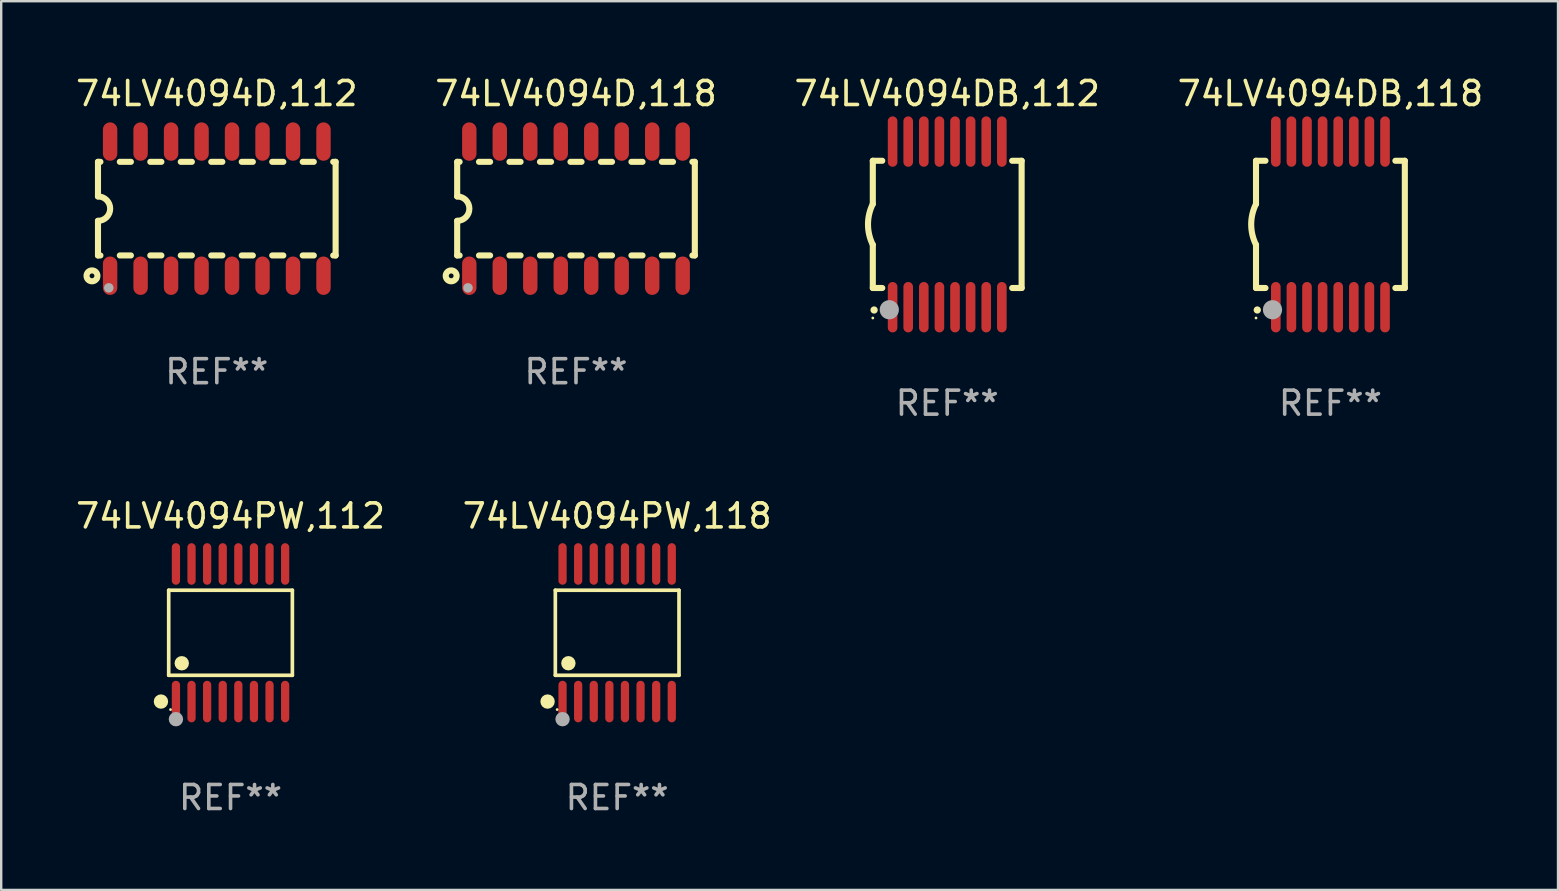
<source format=kicad_pcb>
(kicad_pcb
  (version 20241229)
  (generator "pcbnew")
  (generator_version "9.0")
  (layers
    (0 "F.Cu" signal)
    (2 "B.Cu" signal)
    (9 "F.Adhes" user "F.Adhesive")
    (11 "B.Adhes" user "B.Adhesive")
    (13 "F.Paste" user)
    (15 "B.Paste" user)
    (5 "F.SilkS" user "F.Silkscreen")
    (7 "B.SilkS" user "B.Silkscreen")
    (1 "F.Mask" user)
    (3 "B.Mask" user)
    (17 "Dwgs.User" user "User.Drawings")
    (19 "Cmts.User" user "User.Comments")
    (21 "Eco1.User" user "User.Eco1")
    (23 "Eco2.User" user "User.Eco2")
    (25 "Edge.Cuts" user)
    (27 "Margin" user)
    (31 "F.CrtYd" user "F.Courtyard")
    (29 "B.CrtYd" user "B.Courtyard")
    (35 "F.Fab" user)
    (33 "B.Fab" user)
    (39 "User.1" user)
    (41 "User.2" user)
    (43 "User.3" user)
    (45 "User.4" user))
  (footprint "74LV4094PW,112"
    (layer "F.Cu")
    (at 6.554 23.311)
    (property "Reference" "74LV4094PW,112" (at 0 -4.866 0) (layer "F.SilkS") (effects (font (size 1 1) (thickness 0.15))))
    (attr through_hole)
    (fp_line (start -2.576 -1.772) (end 2.576 -1.772) (stroke (width 0.152) (type solid)) (layer "F.SilkS"))
    (fp_line (start -2.576 1.771) (end -2.576 -1.772) (stroke (width 0.152) (type solid)) (layer "F.SilkS"))
    (fp_line (start 2.576 -1.772) (end 2.576 1.771) (stroke (width 0.152) (type solid)) (layer "F.SilkS"))
    (fp_line (start 2.576 1.771) (end -2.576 1.771) (stroke (width 0.152) (type solid)) (layer "F.SilkS"))
    (fp_circle (center -2.899 2.866) (end -2.749 2.866) (stroke (width 0.3) (type solid)) (fill no) (layer "F.SilkS"))
    (fp_circle (center -2.5 3.2) (end -2.47 3.2) (stroke (width 0.06) (type solid)) (fill no) (layer "F.SilkS"))
    (fp_circle (center -2.032 1.27) (end -1.882 1.27) (stroke (width 0.3) (type solid)) (fill no) (layer "F.SilkS"))
    (fp_circle (center -2.275 3.6) (end -2.125 3.6) (stroke (width 0.3) (type solid)) (fill no) (layer "F.Fab"))
    (fp_text user "REF**" (at 0 6.866 0) (layer "F.Fab") (effects (font (size 1 1) (thickness 0.15))))
    (pad "1" smd oval (at -2.275 2.866) (size 0.343 1.731) (layers "F.Cu" "F.Mask" "F.Paste"))
    (pad "2" smd oval (at -1.625 2.866) (size 0.343 1.731) (layers "F.Cu" "F.Mask" "F.Paste"))
    (pad "3" smd oval (at -0.975 2.866) (size 0.343 1.731) (layers "F.Cu" "F.Mask" "F.Paste"))
    (pad "4" smd oval (at -0.325 2.866) (size 0.343 1.731) (layers "F.Cu" "F.Mask" "F.Paste"))
    (pad "5" smd oval (at 0.325 2.866) (size 0.343 1.731) (layers "F.Cu" "F.Mask" "F.Paste"))
    (pad "6" smd oval (at 0.975 2.866) (size 0.343 1.731) (layers "F.Cu" "F.Mask" "F.Paste"))
    (pad "7" smd oval (at 1.625 2.866) (size 0.343 1.731) (layers "F.Cu" "F.Mask" "F.Paste"))
    (pad "8" smd oval (at 2.275 2.866) (size 0.343 1.731) (layers "F.Cu" "F.Mask" "F.Paste"))
    (pad "9" smd oval (at 2.275 -2.866) (size 0.343 1.731) (layers "F.Cu" "F.Mask" "F.Paste"))
    (pad "10" smd oval (at 1.625 -2.866) (size 0.343 1.731) (layers "F.Cu" "F.Mask" "F.Paste"))
    (pad "11" smd oval (at 0.975 -2.866) (size 0.343 1.731) (layers "F.Cu" "F.Mask" "F.Paste"))
    (pad "12" smd oval (at 0.325 -2.866) (size 0.343 1.731) (layers "F.Cu" "F.Mask" "F.Paste"))
    (pad "13" smd oval (at -0.325 -2.866) (size 0.343 1.731) (layers "F.Cu" "F.Mask" "F.Paste"))
    (pad "14" smd oval (at -0.975 -2.866) (size 0.343 1.731) (layers "F.Cu" "F.Mask" "F.Paste"))
    (pad "15" smd oval (at -1.625 -2.866) (size 0.343 1.731) (layers "F.Cu" "F.Mask" "F.Paste"))
    (pad "16" smd oval (at -2.275 -2.866) (size 0.343 1.731) (layers "F.Cu" "F.Mask" "F.Paste")))
  (footprint "74LV4094D,118"
    (layer "F.Cu")
    (at 20.946 5.642)
    (property "Reference" "74LV4094D,118" (at 0 -4.794 0) (layer "F.SilkS") (effects (font (size 1 1) (thickness 0.15))))
    (attr through_hole)
    (fp_line (start -4.95 -1.95) (end -4.95 -0.508) (stroke (width 0.254) (type solid)) (layer "F.SilkS"))
    (fp_line (start -4.95 -1.95) (end -4.849 -1.95) (stroke (width 0.254) (type solid)) (layer "F.SilkS"))
    (fp_line (start -4.95 1.95) (end -4.95 0.508) (stroke (width 0.254) (type solid)) (layer "F.SilkS"))
    (fp_line (start -4.95 1.95) (end -4.849 1.95) (stroke (width 0.254) (type solid)) (layer "F.SilkS"))
    (fp_line (start -4.041 -1.95) (end -3.579 -1.95) (stroke (width 0.254) (type solid)) (layer "F.SilkS"))
    (fp_line (start -4.041 1.95) (end -3.579 1.95) (stroke (width 0.254) (type solid)) (layer "F.SilkS"))
    (fp_line (start -2.771 -1.95) (end -2.309 -1.95) (stroke (width 0.254) (type solid)) (layer "F.SilkS"))
    (fp_line (start -2.771 1.95) (end -2.309 1.95) (stroke (width 0.254) (type solid)) (layer "F.SilkS"))
    (fp_line (start -1.501 -1.95) (end -1.039 -1.95) (stroke (width 0.254) (type solid)) (layer "F.SilkS"))
    (fp_line (start -1.501 1.95) (end -1.039 1.95) (stroke (width 0.254) (type solid)) (layer "F.SilkS"))
    (fp_line (start -0.231 -1.95) (end 0.231 -1.95) (stroke (width 0.254) (type solid)) (layer "F.SilkS"))
    (fp_line (start -0.231 1.95) (end 0.231 1.95) (stroke (width 0.254) (type solid)) (layer "F.SilkS"))
    (fp_line (start 1.039 -1.95) (end 1.501 -1.95) (stroke (width 0.254) (type solid)) (layer "F.SilkS"))
    (fp_line (start 1.039 1.95) (end 1.501 1.95) (stroke (width 0.254) (type solid)) (layer "F.SilkS"))
    (fp_line (start 2.309 -1.95) (end 2.771 -1.95) (stroke (width 0.254) (type solid)) (layer "F.SilkS"))
    (fp_line (start 2.309 1.95) (end 2.771 1.95) (stroke (width 0.254) (type solid)) (layer "F.SilkS"))
    (fp_line (start 3.579 -1.95) (end 4.041 -1.95) (stroke (width 0.254) (type solid)) (layer "F.SilkS"))
    (fp_line (start 3.579 1.95) (end 4.041 1.95) (stroke (width 0.254) (type solid)) (layer "F.SilkS"))
    (fp_line (start 4.849 -1.95) (end 4.95 -1.95) (stroke (width 0.254) (type solid)) (layer "F.SilkS"))
    (fp_line (start 4.849 1.95) (end 4.95 1.95) (stroke (width 0.254) (type solid)) (layer "F.SilkS"))
    (fp_line (start 4.95 -1.95) (end 4.95 1.95) (stroke (width 0.254) (type solid)) (layer "F.SilkS"))
    (fp_arc (start -4.95047 -0.508001) (mid -4.442469 -0.000228) (end -4.950013 0.508001) (stroke (width 0.254001) (type solid)) (layer "F.SilkS"))
    (fp_circle (center -5.2 2.8) (end -5.1 2.8) (stroke (width 0.254) (type solid)) (fill no) (layer "F.SilkS"))
    (fp_circle (center -4.95 2.947) (end -4.92 2.947) (stroke (width 0.06) (type solid)) (fill no) (layer "F.SilkS"))
    (fp_circle (center -4.5 3.3) (end -4.4 3.3) (stroke (width 0.2) (type solid)) (fill no) (layer "F.Fab"))
    (fp_text user "REF**" (at 0 6.794 0) (layer "F.Fab") (effects (font (size 1 1) (thickness 0.15))))
    (pad "1" smd oval (at -4.445 2.794) (size 0.6 1.6) (layers "F.Cu" "F.Mask" "F.Paste"))
    (pad "2" smd oval (at -3.175 2.794) (size 0.6 1.6) (layers "F.Cu" "F.Mask" "F.Paste"))
    (pad "3" smd oval (at -1.905 2.794) (size 0.6 1.6) (layers "F.Cu" "F.Mask" "F.Paste"))
    (pad "4" smd oval (at -0.635 2.794) (size 0.6 1.6) (layers "F.Cu" "F.Mask" "F.Paste"))
    (pad "5" smd oval (at 0.635 2.794) (size 0.6 1.6) (layers "F.Cu" "F.Mask" "F.Paste"))
    (pad "6" smd oval (at 1.905 2.794) (size 0.6 1.6) (layers "F.Cu" "F.Mask" "F.Paste"))
    (pad "7" smd oval (at 3.175 2.794) (size 0.6 1.6) (layers "F.Cu" "F.Mask" "F.Paste"))
    (pad "8" smd oval (at 4.445 2.794) (size 0.6 1.6) (layers "F.Cu" "F.Mask" "F.Paste"))
    (pad "9" smd oval (at 4.445 -2.794) (size 0.6 1.6) (layers "F.Cu" "F.Mask" "F.Paste"))
    (pad "10" smd oval (at 3.175 -2.794) (size 0.6 1.6) (layers "F.Cu" "F.Mask" "F.Paste"))
    (pad "11" smd oval (at 1.905 -2.794) (size 0.6 1.6) (layers "F.Cu" "F.Mask" "F.Paste"))
    (pad "12" smd oval (at 0.635 -2.794) (size 0.6 1.6) (layers "F.Cu" "F.Mask" "F.Paste"))
    (pad "13" smd oval (at -0.635 -2.794) (size 0.6 1.6) (layers "F.Cu" "F.Mask" "F.Paste"))
    (pad "14" smd oval (at -1.905 -2.794) (size 0.6 1.6) (layers "F.Cu" "F.Mask" "F.Paste"))
    (pad "15" smd oval (at -3.175 -2.794) (size 0.6 1.6) (layers "F.Cu" "F.Mask" "F.Paste"))
    (pad "16" smd oval (at -4.445 -2.794) (size 0.6 1.6) (layers "F.Cu" "F.Mask" "F.Paste")))
  (footprint "74LV4094DB,112"
    (layer "F.Cu")
    (at 36.411 6.298)
    (property "Reference" "74LV4094DB,112" (at 0 -5.45 0) (layer "F.SilkS") (effects (font (size 1 1) (thickness 0.15))))
    (attr through_hole)
    (fp_line (start -3.1 -2.65) (end -3.1 -0.85) (stroke (width 0.254) (type solid)) (layer "F.SilkS"))
    (fp_line (start -3.1 -2.65) (end -2.706 -2.65) (stroke (width 0.254) (type solid)) (layer "F.SilkS"))
    (fp_line (start -3.1 2.65) (end -3.1 0.85) (stroke (width 0.254) (type solid)) (layer "F.SilkS"))
    (fp_line (start -3.1 2.65) (end -2.706 2.65) (stroke (width 0.254) (type solid)) (layer "F.SilkS"))
    (fp_line (start 2.706 -2.65) (end 3.1 -2.65) (stroke (width 0.254) (type solid)) (layer "F.SilkS"))
    (fp_line (start 2.706 2.65) (end 3.1 2.65) (stroke (width 0.254) (type solid)) (layer "F.SilkS"))
    (fp_line (start 3.1 -2.65) (end 3.1 2.65) (stroke (width 0.254) (type solid)) (layer "F.SilkS"))
    (fp_arc (start -3.098907 0.850902) (mid -3.300057 0.000523) (end -3.1 -0.850114) (stroke (width 0.254001) (type solid)) (layer "F.SilkS"))
    (fp_arc (start -3.048006 3.566066) (mid -3.046736 3.566061) (end -3.045466 3.566066) (stroke (width 0.3) (type solid)) (layer "F.SilkS"))
    (fp_circle (center -3.1 3.9) (end -3.07 3.9) (stroke (width 0.06) (type solid)) (fill no) (layer "F.SilkS"))
    (fp_circle (center -2.413 3.556) (end -2.213 3.556) (stroke (width 0.4) (type solid)) (fill no) (layer "F.Fab"))
    (fp_text user "REF**" (at 0 7.45 0) (layer "F.Fab") (effects (font (size 1 1) (thickness 0.15))))
    (pad "1" smd oval (at -2.275 3.45 180) (size 0.4 2.1) (layers "F.Cu" "F.Mask" "F.Paste"))
    (pad "2" smd oval (at -1.625 3.45 180) (size 0.4 2.1) (layers "F.Cu" "F.Mask" "F.Paste"))
    (pad "3" smd oval (at -0.975 3.45 180) (size 0.4 2.1) (layers "F.Cu" "F.Mask" "F.Paste"))
    (pad "4" smd oval (at -0.325 3.45 180) (size 0.4 2.1) (layers "F.Cu" "F.Mask" "F.Paste"))
    (pad "5" smd oval (at 0.325 3.45 180) (size 0.4 2.1) (layers "F.Cu" "F.Mask" "F.Paste"))
    (pad "6" smd oval (at 0.975 3.45 180) (size 0.4 2.1) (layers "F.Cu" "F.Mask" "F.Paste"))
    (pad "7" smd oval (at 1.625 3.45 180) (size 0.4 2.1) (layers "F.Cu" "F.Mask" "F.Paste"))
    (pad "8" smd oval (at 2.275 3.45 180) (size 0.4 2.1) (layers "F.Cu" "F.Mask" "F.Paste"))
    (pad "9" smd oval (at 2.275 -3.45 180) (size 0.4 2.1) (layers "F.Cu" "F.Mask" "F.Paste"))
    (pad "10" smd oval (at 1.625 -3.45 180) (size 0.4 2.1) (layers "F.Cu" "F.Mask" "F.Paste"))
    (pad "11" smd oval (at 0.975 -3.45 180) (size 0.4 2.1) (layers "F.Cu" "F.Mask" "F.Paste"))
    (pad "12" smd oval (at 0.325 -3.45 180) (size 0.4 2.1) (layers "F.Cu" "F.Mask" "F.Paste"))
    (pad "13" smd oval (at -0.325 -3.45 180) (size 0.4 2.1) (layers "F.Cu" "F.Mask" "F.Paste"))
    (pad "14" smd oval (at -0.975 -3.45 180) (size 0.4 2.1) (layers "F.Cu" "F.Mask" "F.Paste"))
    (pad "15" smd oval (at -1.625 -3.45 180) (size 0.4 2.1) (layers "F.Cu" "F.Mask" "F.Paste"))
    (pad "16" smd oval (at -2.275 -3.45 180) (size 0.4 2.1) (layers "F.Cu" "F.Mask" "F.Paste")))
  (footprint "74LV4094DB,118"
    (layer "F.Cu")
    (at 52.375 6.298)
    (property "Reference" "74LV4094DB,118" (at 0 -5.45 0) (layer "F.SilkS") (effects (font (size 1 1) (thickness 0.15))))
    (attr through_hole)
    (fp_line (start -3.1 -2.65) (end -3.1 -0.85) (stroke (width 0.254) (type solid)) (layer "F.SilkS"))
    (fp_line (start -3.1 -2.65) (end -2.706 -2.65) (stroke (width 0.254) (type solid)) (layer "F.SilkS"))
    (fp_line (start -3.1 2.65) (end -3.1 0.85) (stroke (width 0.254) (type solid)) (layer "F.SilkS"))
    (fp_line (start -3.1 2.65) (end -2.706 2.65) (stroke (width 0.254) (type solid)) (layer "F.SilkS"))
    (fp_line (start 2.706 -2.65) (end 3.1 -2.65) (stroke (width 0.254) (type solid)) (layer "F.SilkS"))
    (fp_line (start 2.706 2.65) (end 3.1 2.65) (stroke (width 0.254) (type solid)) (layer "F.SilkS"))
    (fp_line (start 3.1 -2.65) (end 3.1 2.65) (stroke (width 0.254) (type solid)) (layer "F.SilkS"))
    (fp_arc (start -3.098907 0.850902) (mid -3.300057 0.000523) (end -3.1 -0.850114) (stroke (width 0.254001) (type solid)) (layer "F.SilkS"))
    (fp_arc (start -3.048006 3.566066) (mid -3.046736 3.566061) (end -3.045466 3.566066) (stroke (width 0.3) (type solid)) (layer "F.SilkS"))
    (fp_circle (center -3.1 3.9) (end -3.07 3.9) (stroke (width 0.06) (type solid)) (fill no) (layer "F.SilkS"))
    (fp_circle (center -2.413 3.556) (end -2.213 3.556) (stroke (width 0.4) (type solid)) (fill no) (layer "F.Fab"))
    (fp_text user "REF**" (at 0 7.45 0) (layer "F.Fab") (effects (font (size 1 1) (thickness 0.15))))
    (pad "1" smd oval (at -2.275 3.45 180) (size 0.4 2.1) (layers "F.Cu" "F.Mask" "F.Paste"))
    (pad "2" smd oval (at -1.625 3.45 180) (size 0.4 2.1) (layers "F.Cu" "F.Mask" "F.Paste"))
    (pad "3" smd oval (at -0.975 3.45 180) (size 0.4 2.1) (layers "F.Cu" "F.Mask" "F.Paste"))
    (pad "4" smd oval (at -0.325 3.45 180) (size 0.4 2.1) (layers "F.Cu" "F.Mask" "F.Paste"))
    (pad "5" smd oval (at 0.325 3.45 180) (size 0.4 2.1) (layers "F.Cu" "F.Mask" "F.Paste"))
    (pad "6" smd oval (at 0.975 3.45 180) (size 0.4 2.1) (layers "F.Cu" "F.Mask" "F.Paste"))
    (pad "7" smd oval (at 1.625 3.45 180) (size 0.4 2.1) (layers "F.Cu" "F.Mask" "F.Paste"))
    (pad "8" smd oval (at 2.275 3.45 180) (size 0.4 2.1) (layers "F.Cu" "F.Mask" "F.Paste"))
    (pad "9" smd oval (at 2.275 -3.45 180) (size 0.4 2.1) (layers "F.Cu" "F.Mask" "F.Paste"))
    (pad "10" smd oval (at 1.625 -3.45 180) (size 0.4 2.1) (layers "F.Cu" "F.Mask" "F.Paste"))
    (pad "11" smd oval (at 0.975 -3.45 180) (size 0.4 2.1) (layers "F.Cu" "F.Mask" "F.Paste"))
    (pad "12" smd oval (at 0.325 -3.45 180) (size 0.4 2.1) (layers "F.Cu" "F.Mask" "F.Paste"))
    (pad "13" smd oval (at -0.325 -3.45 180) (size 0.4 2.1) (layers "F.Cu" "F.Mask" "F.Paste"))
    (pad "14" smd oval (at -0.975 -3.45 180) (size 0.4 2.1) (layers "F.Cu" "F.Mask" "F.Paste"))
    (pad "15" smd oval (at -1.625 -3.45 180) (size 0.4 2.1) (layers "F.Cu" "F.Mask" "F.Paste"))
    (pad "16" smd oval (at -2.275 -3.45 180) (size 0.4 2.1) (layers "F.Cu" "F.Mask" "F.Paste")))
  (footprint "74LV4094PW,118"
    (layer "F.Cu")
    (at 22.661 23.311)
    (property "Reference" "74LV4094PW,118" (at 0 -4.866 0) (layer "F.SilkS") (effects (font (size 1 1) (thickness 0.15))))
    (attr through_hole)
    (fp_line (start -2.576 -1.772) (end 2.576 -1.772) (stroke (width 0.152) (type solid)) (layer "F.SilkS"))
    (fp_line (start -2.576 1.771) (end -2.576 -1.772) (stroke (width 0.152) (type solid)) (layer "F.SilkS"))
    (fp_line (start 2.576 -1.772) (end 2.576 1.771) (stroke (width 0.152) (type solid)) (layer "F.SilkS"))
    (fp_line (start 2.576 1.771) (end -2.576 1.771) (stroke (width 0.152) (type solid)) (layer "F.SilkS"))
    (fp_circle (center -2.899 2.866) (end -2.749 2.866) (stroke (width 0.3) (type solid)) (fill no) (layer "F.SilkS"))
    (fp_circle (center -2.5 3.2) (end -2.47 3.2) (stroke (width 0.06) (type solid)) (fill no) (layer "F.SilkS"))
    (fp_circle (center -2.032 1.27) (end -1.882 1.27) (stroke (width 0.3) (type solid)) (fill no) (layer "F.SilkS"))
    (fp_circle (center -2.275 3.6) (end -2.125 3.6) (stroke (width 0.3) (type solid)) (fill no) (layer "F.Fab"))
    (fp_text user "REF**" (at 0 6.866 0) (layer "F.Fab") (effects (font (size 1 1) (thickness 0.15))))
    (pad "1" smd oval (at -2.275 2.866) (size 0.343 1.731) (layers "F.Cu" "F.Mask" "F.Paste"))
    (pad "2" smd oval (at -1.625 2.866) (size 0.343 1.731) (layers "F.Cu" "F.Mask" "F.Paste"))
    (pad "3" smd oval (at -0.975 2.866) (size 0.343 1.731) (layers "F.Cu" "F.Mask" "F.Paste"))
    (pad "4" smd oval (at -0.325 2.866) (size 0.343 1.731) (layers "F.Cu" "F.Mask" "F.Paste"))
    (pad "5" smd oval (at 0.325 2.866) (size 0.343 1.731) (layers "F.Cu" "F.Mask" "F.Paste"))
    (pad "6" smd oval (at 0.975 2.866) (size 0.343 1.731) (layers "F.Cu" "F.Mask" "F.Paste"))
    (pad "7" smd oval (at 1.625 2.866) (size 0.343 1.731) (layers "F.Cu" "F.Mask" "F.Paste"))
    (pad "8" smd oval (at 2.275 2.866) (size 0.343 1.731) (layers "F.Cu" "F.Mask" "F.Paste"))
    (pad "9" smd oval (at 2.275 -2.866) (size 0.343 1.731) (layers "F.Cu" "F.Mask" "F.Paste"))
    (pad "10" smd oval (at 1.625 -2.866) (size 0.343 1.731) (layers "F.Cu" "F.Mask" "F.Paste"))
    (pad "11" smd oval (at 0.975 -2.866) (size 0.343 1.731) (layers "F.Cu" "F.Mask" "F.Paste"))
    (pad "12" smd oval (at 0.325 -2.866) (size 0.343 1.731) (layers "F.Cu" "F.Mask" "F.Paste"))
    (pad "13" smd oval (at -0.325 -2.866) (size 0.343 1.731) (layers "F.Cu" "F.Mask" "F.Paste"))
    (pad "14" smd oval (at -0.975 -2.866) (size 0.343 1.731) (layers "F.Cu" "F.Mask" "F.Paste"))
    (pad "15" smd oval (at -1.625 -2.866) (size 0.343 1.731) (layers "F.Cu" "F.Mask" "F.Paste"))
    (pad "16" smd oval (at -2.275 -2.866) (size 0.343 1.731) (layers "F.Cu" "F.Mask" "F.Paste")))
  (footprint "74LV4094D,112"
    (layer "F.Cu")
    (at 5.982 5.642)
    (property "Reference" "74LV4094D,112" (at 0 -4.794 0) (layer "F.SilkS") (effects (font (size 1 1) (thickness 0.15))))
    (attr through_hole)
    (fp_line (start -4.95 -1.95) (end -4.95 -0.508) (stroke (width 0.254) (type solid)) (layer "F.SilkS"))
    (fp_line (start -4.95 -1.95) (end -4.849 -1.95) (stroke (width 0.254) (type solid)) (layer "F.SilkS"))
    (fp_line (start -4.95 1.95) (end -4.95 0.508) (stroke (width 0.254) (type solid)) (layer "F.SilkS"))
    (fp_line (start -4.95 1.95) (end -4.849 1.95) (stroke (width 0.254) (type solid)) (layer "F.SilkS"))
    (fp_line (start -4.041 -1.95) (end -3.579 -1.95) (stroke (width 0.254) (type solid)) (layer "F.SilkS"))
    (fp_line (start -4.041 1.95) (end -3.579 1.95) (stroke (width 0.254) (type solid)) (layer "F.SilkS"))
    (fp_line (start -2.771 -1.95) (end -2.309 -1.95) (stroke (width 0.254) (type solid)) (layer "F.SilkS"))
    (fp_line (start -2.771 1.95) (end -2.309 1.95) (stroke (width 0.254) (type solid)) (layer "F.SilkS"))
    (fp_line (start -1.501 -1.95) (end -1.039 -1.95) (stroke (width 0.254) (type solid)) (layer "F.SilkS"))
    (fp_line (start -1.501 1.95) (end -1.039 1.95) (stroke (width 0.254) (type solid)) (layer "F.SilkS"))
    (fp_line (start -0.231 -1.95) (end 0.231 -1.95) (stroke (width 0.254) (type solid)) (layer "F.SilkS"))
    (fp_line (start -0.231 1.95) (end 0.231 1.95) (stroke (width 0.254) (type solid)) (layer "F.SilkS"))
    (fp_line (start 1.039 -1.95) (end 1.501 -1.95) (stroke (width 0.254) (type solid)) (layer "F.SilkS"))
    (fp_line (start 1.039 1.95) (end 1.501 1.95) (stroke (width 0.254) (type solid)) (layer "F.SilkS"))
    (fp_line (start 2.309 -1.95) (end 2.771 -1.95) (stroke (width 0.254) (type solid)) (layer "F.SilkS"))
    (fp_line (start 2.309 1.95) (end 2.771 1.95) (stroke (width 0.254) (type solid)) (layer "F.SilkS"))
    (fp_line (start 3.579 -1.95) (end 4.041 -1.95) (stroke (width 0.254) (type solid)) (layer "F.SilkS"))
    (fp_line (start 3.579 1.95) (end 4.041 1.95) (stroke (width 0.254) (type solid)) (layer "F.SilkS"))
    (fp_line (start 4.849 -1.95) (end 4.95 -1.95) (stroke (width 0.254) (type solid)) (layer "F.SilkS"))
    (fp_line (start 4.849 1.95) (end 4.95 1.95) (stroke (width 0.254) (type solid)) (layer "F.SilkS"))
    (fp_line (start 4.95 -1.95) (end 4.95 1.95) (stroke (width 0.254) (type solid)) (layer "F.SilkS"))
    (fp_arc (start -4.95047 -0.508001) (mid -4.442469 -0.000228) (end -4.950013 0.508001) (stroke (width 0.254001) (type solid)) (layer "F.SilkS"))
    (fp_circle (center -5.2 2.8) (end -5.1 2.8) (stroke (width 0.254) (type solid)) (fill no) (layer "F.SilkS"))
    (fp_circle (center -4.95 2.947) (end -4.92 2.947) (stroke (width 0.06) (type solid)) (fill no) (layer "F.SilkS"))
    (fp_circle (center -4.5 3.3) (end -4.4 3.3) (stroke (width 0.2) (type solid)) (fill no) (layer "F.Fab"))
    (fp_text user "REF**" (at 0 6.794 0) (layer "F.Fab") (effects (font (size 1 1) (thickness 0.15))))
    (pad "1" smd oval (at -4.445 2.794) (size 0.6 1.6) (layers "F.Cu" "F.Mask" "F.Paste"))
    (pad "2" smd oval (at -3.175 2.794) (size 0.6 1.6) (layers "F.Cu" "F.Mask" "F.Paste"))
    (pad "3" smd oval (at -1.905 2.794) (size 0.6 1.6) (layers "F.Cu" "F.Mask" "F.Paste"))
    (pad "4" smd oval (at -0.635 2.794) (size 0.6 1.6) (layers "F.Cu" "F.Mask" "F.Paste"))
    (pad "5" smd oval (at 0.635 2.794) (size 0.6 1.6) (layers "F.Cu" "F.Mask" "F.Paste"))
    (pad "6" smd oval (at 1.905 2.794) (size 0.6 1.6) (layers "F.Cu" "F.Mask" "F.Paste"))
    (pad "7" smd oval (at 3.175 2.794) (size 0.6 1.6) (layers "F.Cu" "F.Mask" "F.Paste"))
    (pad "8" smd oval (at 4.445 2.794) (size 0.6 1.6) (layers "F.Cu" "F.Mask" "F.Paste"))
    (pad "9" smd oval (at 4.445 -2.794) (size 0.6 1.6) (layers "F.Cu" "F.Mask" "F.Paste"))
    (pad "10" smd oval (at 3.175 -2.794) (size 0.6 1.6) (layers "F.Cu" "F.Mask" "F.Paste"))
    (pad "11" smd oval (at 1.905 -2.794) (size 0.6 1.6) (layers "F.Cu" "F.Mask" "F.Paste"))
    (pad "12" smd oval (at 0.635 -2.794) (size 0.6 1.6) (layers "F.Cu" "F.Mask" "F.Paste"))
    (pad "13" smd oval (at -0.635 -2.794) (size 0.6 1.6) (layers "F.Cu" "F.Mask" "F.Paste"))
    (pad "14" smd oval (at -1.905 -2.794) (size 0.6 1.6) (layers "F.Cu" "F.Mask" "F.Paste"))
    (pad "15" smd oval (at -3.175 -2.794) (size 0.6 1.6) (layers "F.Cu" "F.Mask" "F.Paste"))
    (pad "16" smd oval (at -4.445 -2.794) (size 0.6 1.6) (layers "F.Cu" "F.Mask" "F.Paste")))
  (gr_rect
    (start -3 -3)
    (end 61.857 34.025)
    (stroke (width 0.1) (type default))
    (fill no)
    (layer "Edge.Cuts")))
</source>
